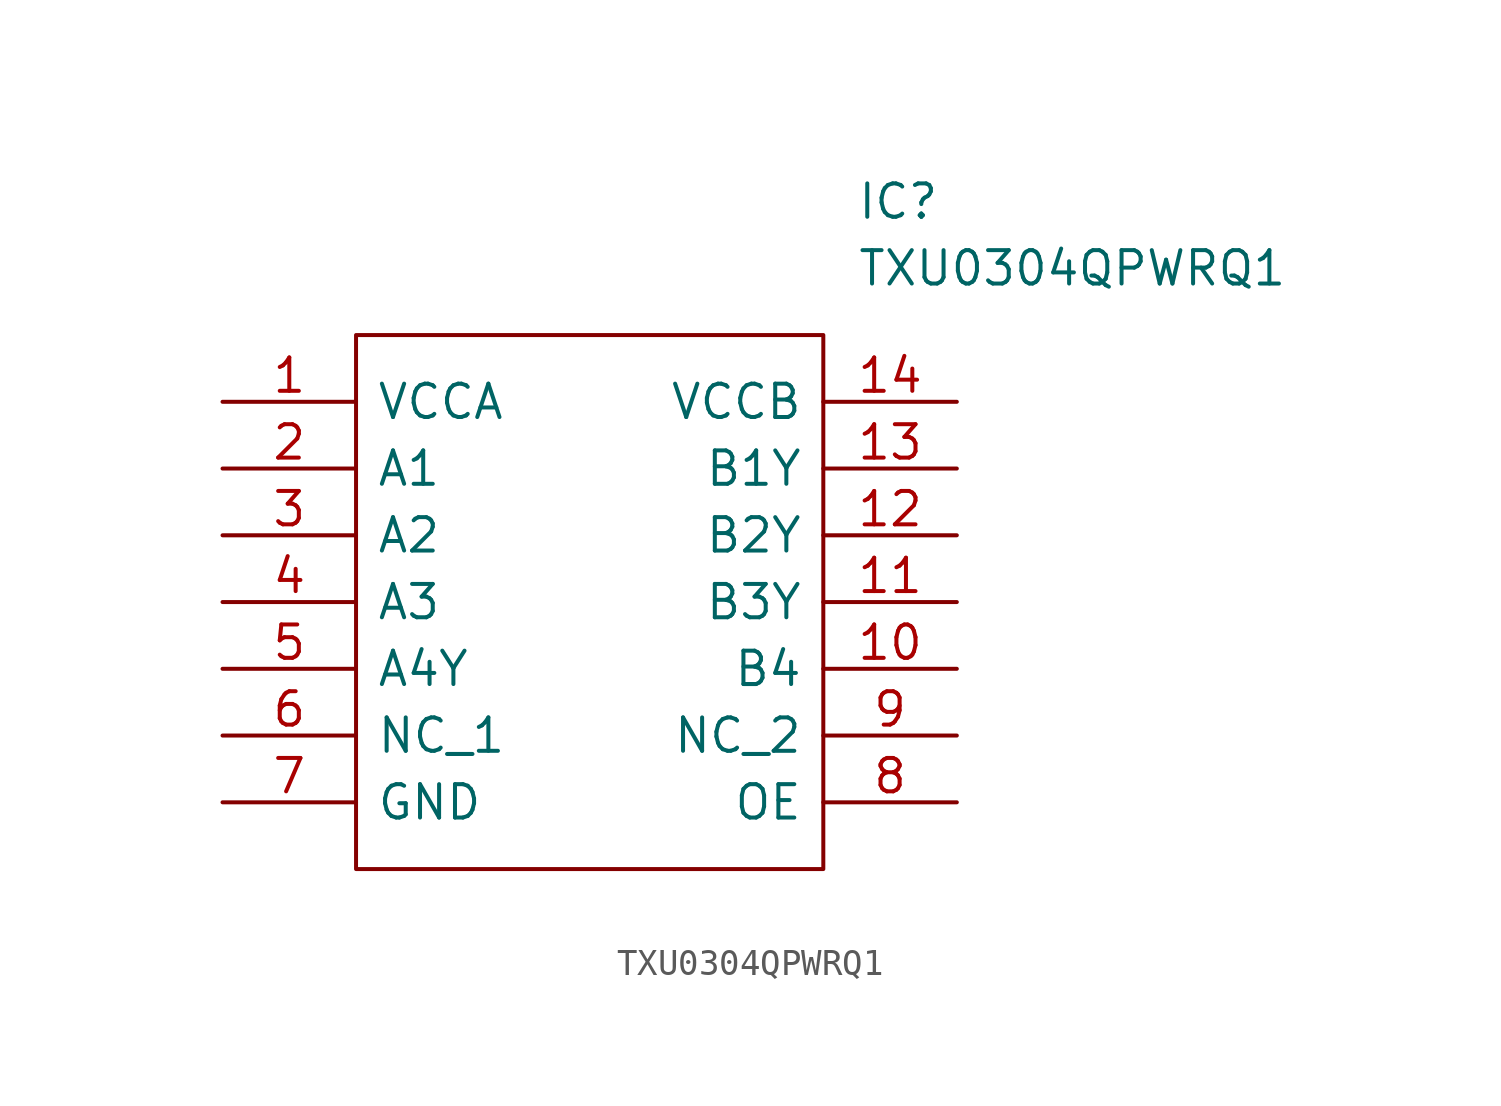
<source format=kicad_sym>
(kicad_symbol_lib
  (version 20220914)
  (generator kicad_symbol_editor)
  (symbol "TXU0304QPWRQ1"
    (pin_names
      (offset 0.762))
    (property "Reference" "IC"
      (at 24.13 7.62 0)
      (effects (font (size 1.27 1.27)) (justify left)))
    (property "Value" "TXU0304QPWRQ1"
      (at 24.13 5.08 0)
      (effects (font (size 1.27 1.27)) (justify left)))
    (symbol "TXU0304QPWRQ1_0_0"
      (pin passive line (at 0 0 0) (length 5.08) (name "VCCA" (effects (font (size 1.27 1.27)))) (number "1" (effects (font (size 1.27 1.27)))))
      (pin passive line (at 27.94 -10.16 180) (length 5.08) (name "B4" (effects (font (size 1.27 1.27)))) (number "10" (effects (font (size 1.27 1.27)))))
      (pin passive line (at 27.94 -7.62 180) (length 5.08) (name "B3Y" (effects (font (size 1.27 1.27)))) (number "11" (effects (font (size 1.27 1.27)))))
      (pin passive line (at 27.94 -5.08 180) (length 5.08) (name "B2Y" (effects (font (size 1.27 1.27)))) (number "12" (effects (font (size 1.27 1.27)))))
      (pin passive line (at 27.94 -2.54 180) (length 5.08) (name "B1Y" (effects (font (size 1.27 1.27)))) (number "13" (effects (font (size 1.27 1.27)))))
      (pin passive line (at 27.94 0 180) (length 5.08) (name "VCCB" (effects (font (size 1.27 1.27)))) (number "14" (effects (font (size 1.27 1.27)))))
      (pin passive line (at 0 -2.54 0) (length 5.08) (name "A1" (effects (font (size 1.27 1.27)))) (number "2" (effects (font (size 1.27 1.27)))))
      (pin passive line (at 0 -5.08 0) (length 5.08) (name "A2" (effects (font (size 1.27 1.27)))) (number "3" (effects (font (size 1.27 1.27)))))
      (pin passive line (at 0 -7.62 0) (length 5.08) (name "A3" (effects (font (size 1.27 1.27)))) (number "4" (effects (font (size 1.27 1.27)))))
      (pin passive line (at 0 -10.16 0) (length 5.08) (name "A4Y" (effects (font (size 1.27 1.27)))) (number "5" (effects (font (size 1.27 1.27)))))
      (pin passive line (at 0 -12.7 0) (length 5.08) (name "NC_1" (effects (font (size 1.27 1.27)))) (number "6" (effects (font (size 1.27 1.27)))))
      (pin passive line (at 0 -15.24 0) (length 5.08) (name "GND" (effects (font (size 1.27 1.27)))) (number "7" (effects (font (size 1.27 1.27)))))
      (pin passive line (at 27.94 -15.24 180) (length 5.08) (name "OE" (effects (font (size 1.27 1.27)))) (number "8" (effects (font (size 1.27 1.27)))))
      (pin passive line (at 27.94 -12.7 180) (length 5.08) (name "NC_2" (effects (font (size 1.27 1.27)))) (number "9" (effects (font (size 1.27 1.27))))))
    (symbol "TXU0304QPWRQ1_0_1"
      (polyline (pts (xy 5.08 2.54) (xy 22.86 2.54) (xy 22.86 -17.78) (xy 5.08 -17.78) (xy 5.08 2.54)) (stroke (width 0.152) (type solid)) (fill (type none))))))
</source>
